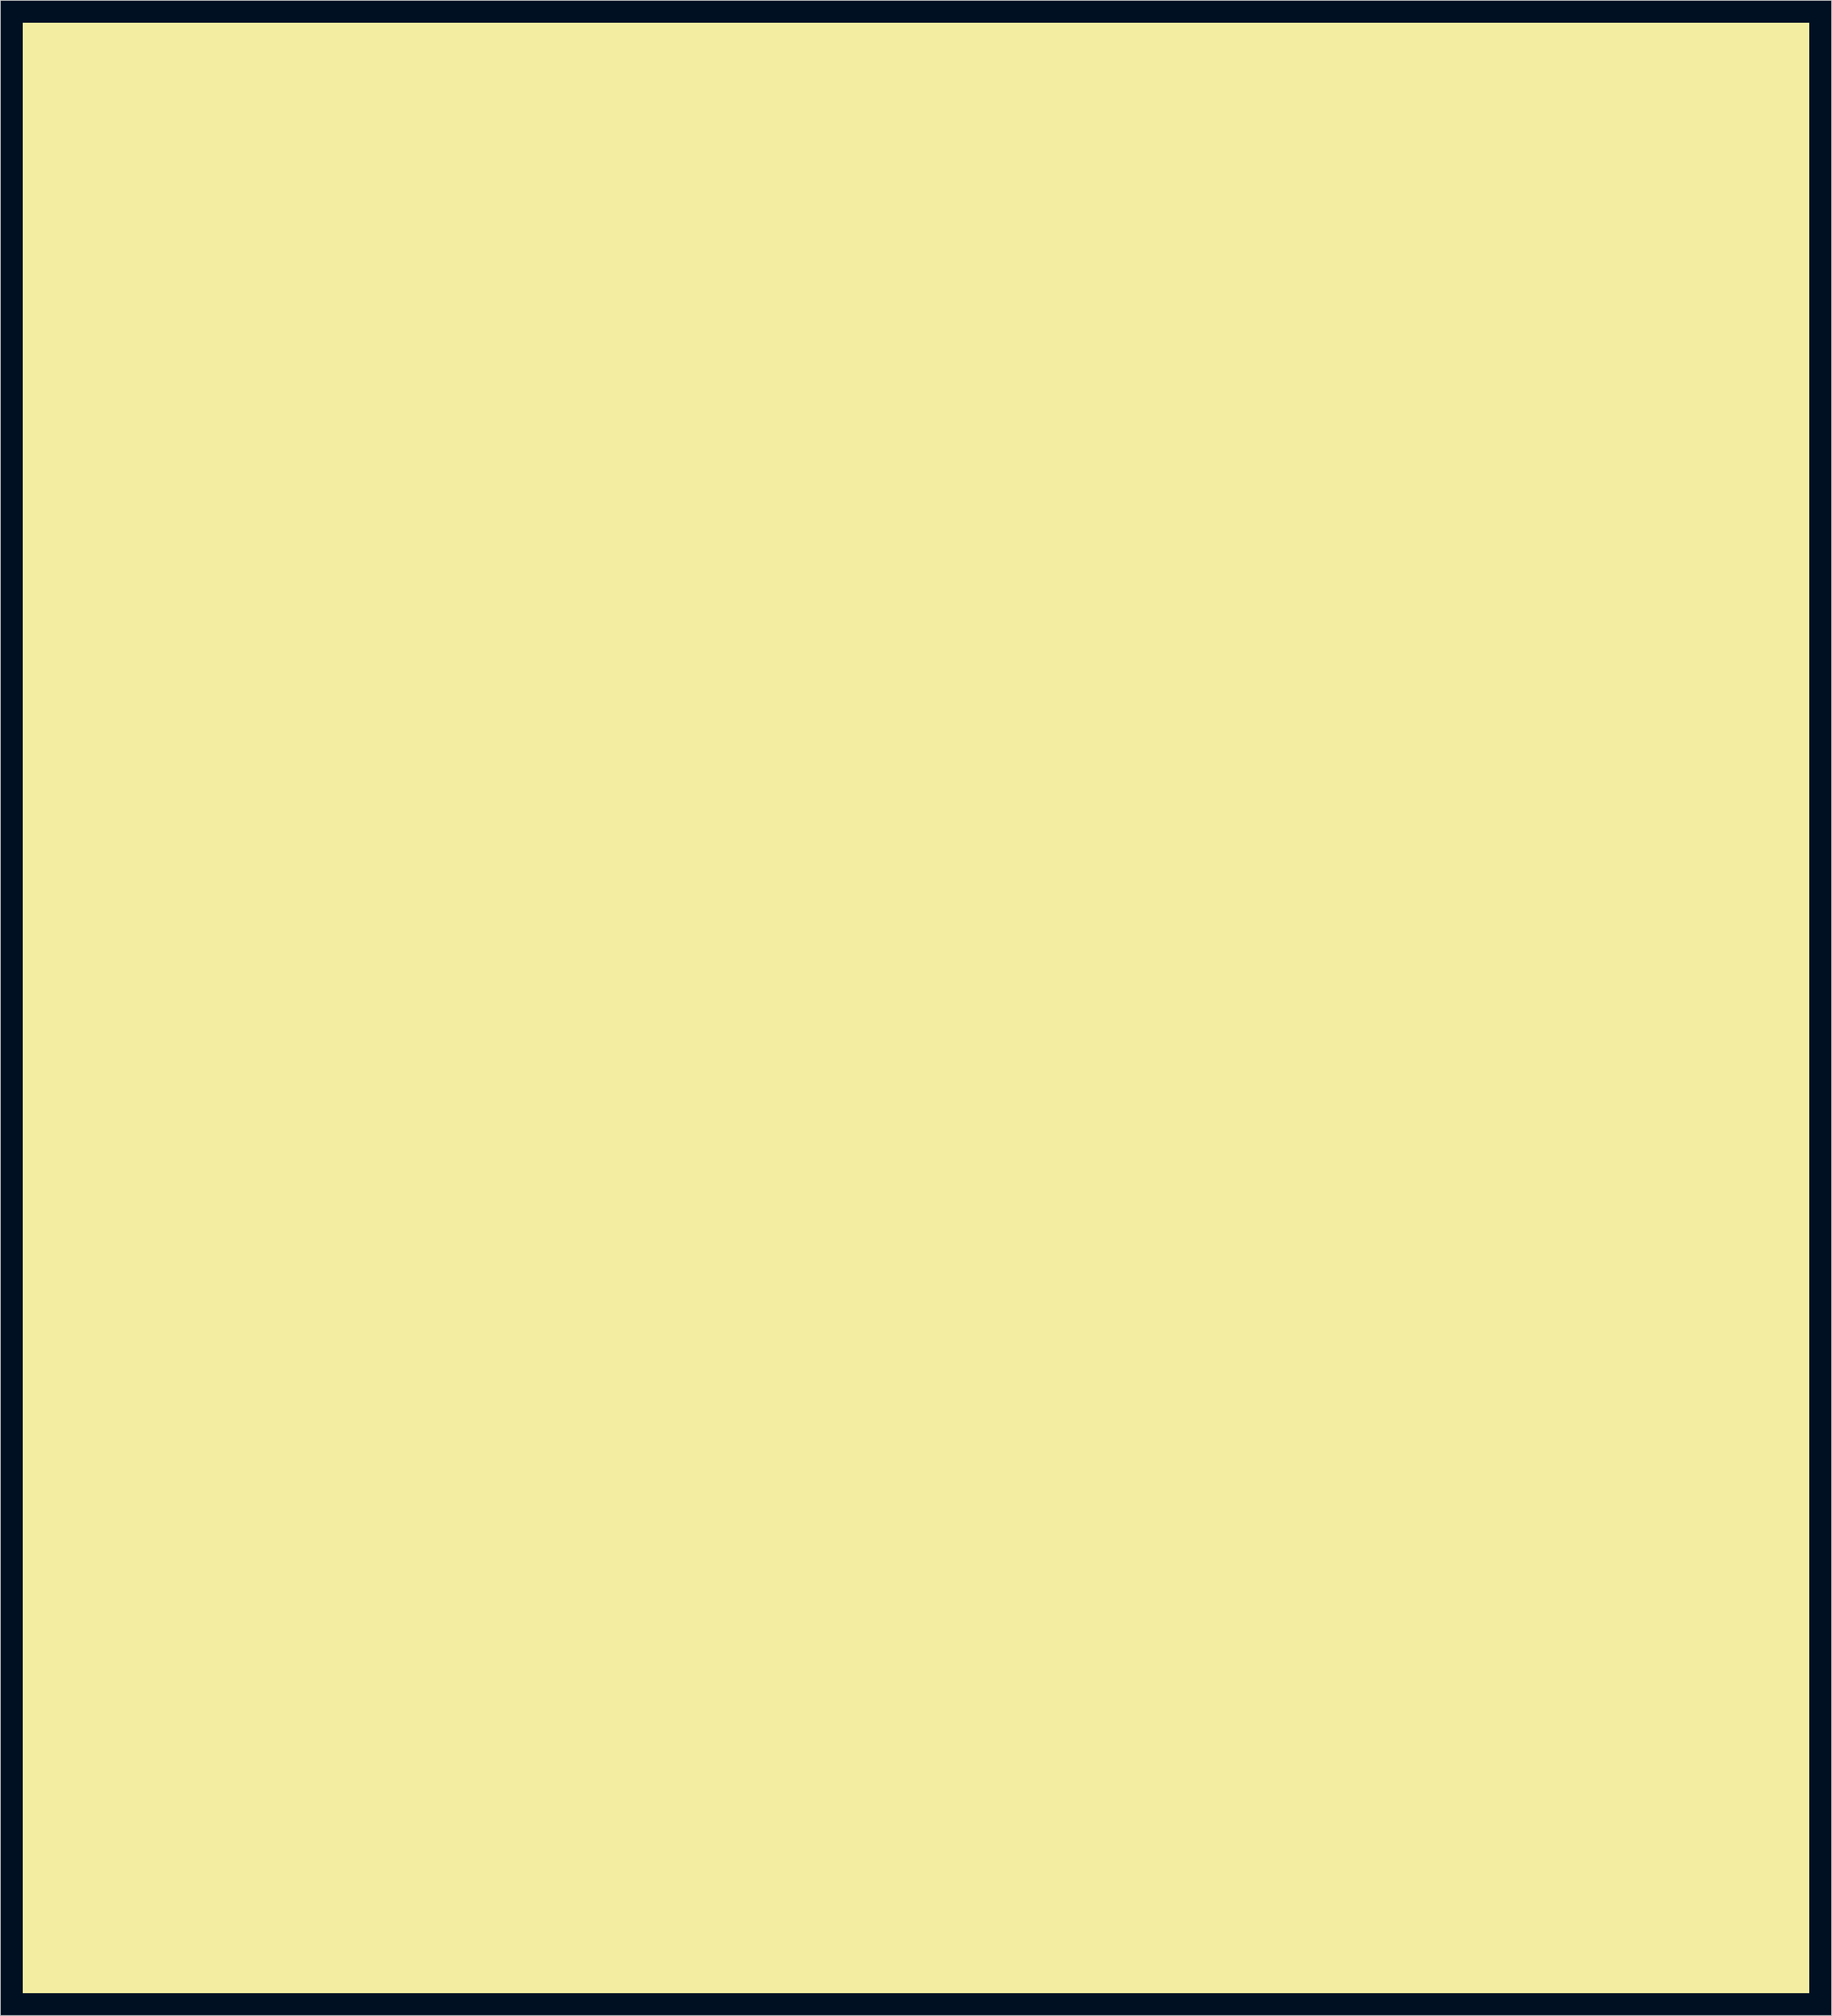
<source format=kicad_pcb>
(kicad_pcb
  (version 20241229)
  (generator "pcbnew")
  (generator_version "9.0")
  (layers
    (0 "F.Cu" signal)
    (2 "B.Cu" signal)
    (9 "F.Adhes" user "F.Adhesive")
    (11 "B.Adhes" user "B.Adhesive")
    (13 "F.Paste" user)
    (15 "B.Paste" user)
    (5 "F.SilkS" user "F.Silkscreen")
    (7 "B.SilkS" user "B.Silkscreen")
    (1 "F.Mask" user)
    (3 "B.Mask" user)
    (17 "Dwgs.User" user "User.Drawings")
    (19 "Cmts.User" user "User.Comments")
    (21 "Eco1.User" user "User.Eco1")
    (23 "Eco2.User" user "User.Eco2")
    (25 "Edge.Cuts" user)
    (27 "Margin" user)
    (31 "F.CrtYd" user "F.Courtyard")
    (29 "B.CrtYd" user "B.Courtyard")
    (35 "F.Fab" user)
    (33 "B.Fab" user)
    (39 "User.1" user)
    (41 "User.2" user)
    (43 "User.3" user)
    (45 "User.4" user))
  (footprint "v5"
    (layer "F.Cu")
    (at 119.949 132.297)
    (property "Reference" "v5" (at 0 0 0) (layer "F.SilkS") (effects (font (size 1.524 1.524) (thickness 0.3))))
    (attr through_hole)
    (fp_poly (pts (xy 119.944 132.292) (xy -119.944 132.292) (xy -119.944 -132.292) (xy 119.944 -132.292) (xy 119.944 132.292)) (stroke (width 0.01) (type solid)) (fill yes) (layer "F.SilkS")))
  (gr_rect
    (start -3 -3)
    (end 242.899 267.593)
    (stroke (width 0.1) (type default))
    (fill no)
    (layer "Edge.Cuts")))
</source>
